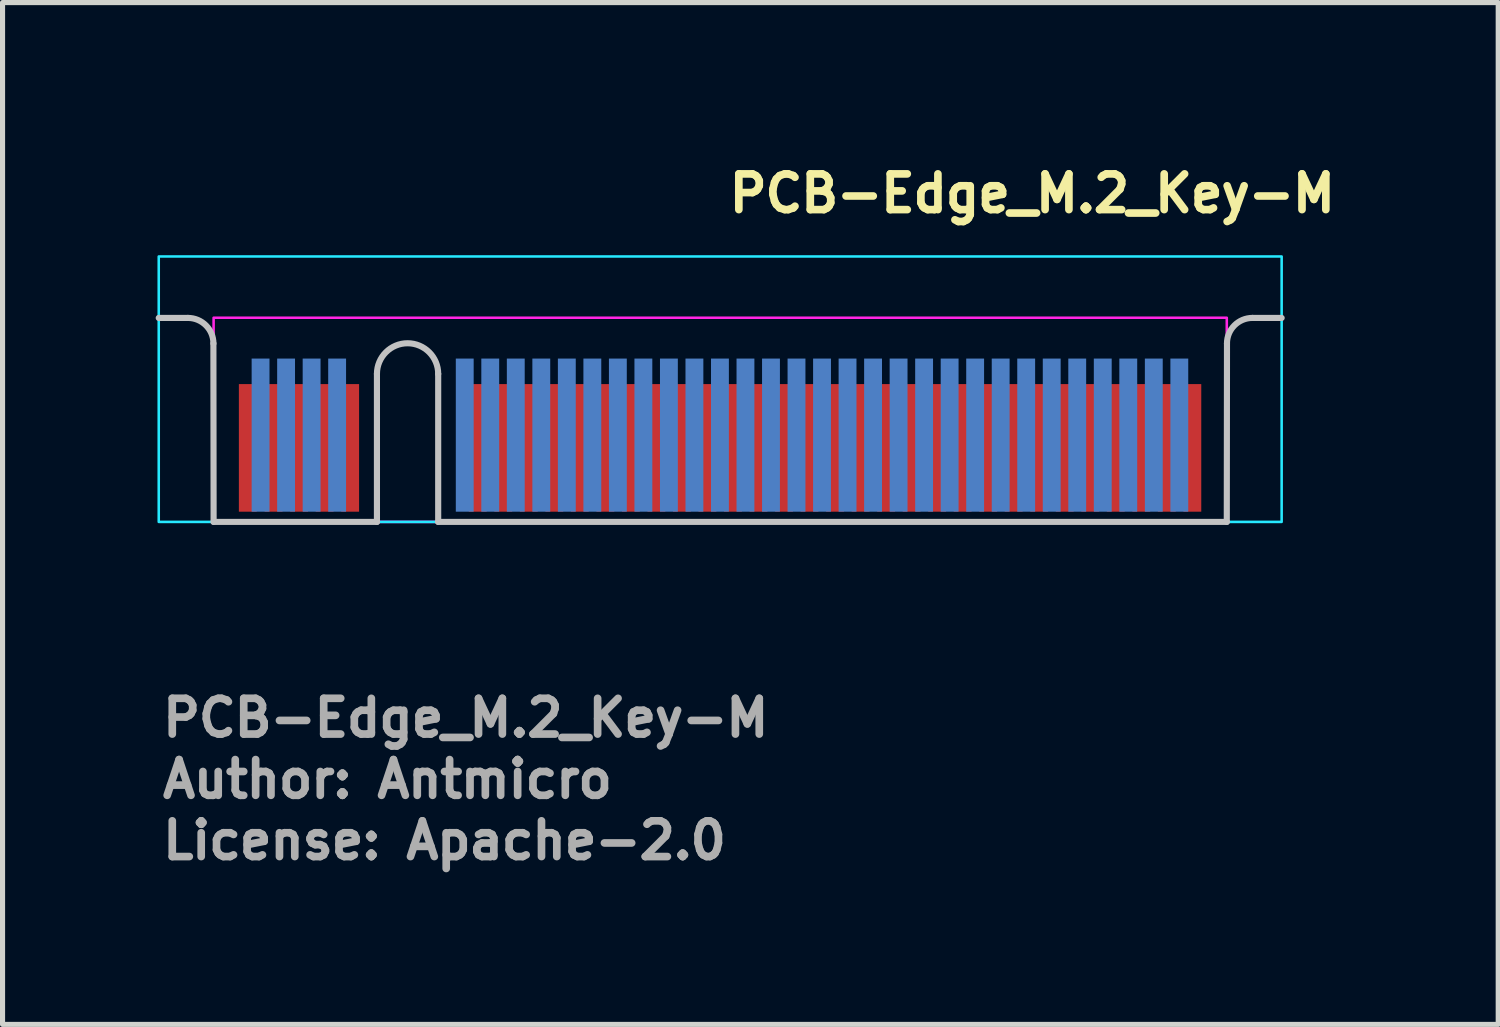
<source format=kicad_pcb>
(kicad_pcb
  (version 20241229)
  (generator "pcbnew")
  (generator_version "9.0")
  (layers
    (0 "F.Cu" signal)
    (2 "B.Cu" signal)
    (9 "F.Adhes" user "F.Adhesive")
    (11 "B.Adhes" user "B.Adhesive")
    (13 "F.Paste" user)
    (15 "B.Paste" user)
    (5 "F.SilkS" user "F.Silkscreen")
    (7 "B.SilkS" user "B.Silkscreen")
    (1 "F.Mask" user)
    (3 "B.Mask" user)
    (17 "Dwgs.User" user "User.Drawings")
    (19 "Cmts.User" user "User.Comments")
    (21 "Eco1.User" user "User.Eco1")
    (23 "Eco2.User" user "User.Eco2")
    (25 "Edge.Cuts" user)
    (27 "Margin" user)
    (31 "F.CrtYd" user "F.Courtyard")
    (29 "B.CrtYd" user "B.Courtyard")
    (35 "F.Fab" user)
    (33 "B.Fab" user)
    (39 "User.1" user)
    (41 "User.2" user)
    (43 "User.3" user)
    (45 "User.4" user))
  (footprint "PCB-Edge_M.2_Key-M"
    (layer "F.Cu")
    (at 11.21 7.175)
    (property "Reference" "PCB-Edge_M.2_Key-M" (at -0.05 -6.025 0) (layer "F.SilkS") (effects (font (size 0.7 0.7) (thickness 0.15)) (justify left bottom)))
    (attr exclude_from_pos_files exclude_from_bom)
    (fp_line (start -10.579 -3.996) (end -11.15 -3.996) (stroke (width 0.12) (type solid)) (layer "Dwgs.User"))
    (fp_line (start -10.075 0) (end -10.079 -3.496) (stroke (width 0.12) (type solid)) (layer "Dwgs.User"))
    (fp_line (start -6.875 0) (end -10.075 0) (stroke (width 0.12) (type solid)) (layer "Dwgs.User"))
    (fp_line (start -6.875 0) (end -6.875 -2.9) (stroke (width 0.12) (type solid)) (layer "Dwgs.User"))
    (fp_line (start -5.675 0) (end -5.675 -2.9) (stroke (width 0.12) (type solid)) (layer "Dwgs.User"))
    (fp_line (start -5.675 0) (end 9.775 0) (stroke (width 0.12) (type solid)) (layer "Dwgs.User"))
    (fp_line (start 9.775 0) (end 9.779 -3.496) (stroke (width 0.12) (type solid)) (layer "Dwgs.User"))
    (fp_line (start 10.279 -3.996) (end 10.85 -3.996) (stroke (width 0.12) (type solid)) (layer "Dwgs.User"))
    (fp_arc (start -10.578553 -3.996447) (mid -10.224999 -3.850001) (end -10.078553 -3.496447) (stroke (width 0.12) (type solid)) (layer "Dwgs.User"))
    (fp_arc (start -6.875 -2.9) (mid -6.275 -3.5) (end -5.675 -2.9) (stroke (width 0.12) (type solid)) (layer "Dwgs.User"))
    (fp_arc (start 9.778553 -3.496447) (mid 9.924999 -3.850001) (end 10.278553 -3.996447) (stroke (width 0.12) (type solid)) (layer "Dwgs.User"))
    (fp_rect (start -11.15 -5.2) (end 10.85 0) (stroke (width 0.05) (type solid)) (fill no) (layer "B.CrtYd"))
    (fp_rect (start -10.075 0) (end 9.775 -4) (stroke (width 0.05) (type solid)) (fill no) (layer "F.CrtYd"))
    (fp_text user "${REFERENCE}" (at -11.15 4.25 0) (layer "F.Fab") (effects (font (size 0.7 0.7) (thickness 0.15)) (justify left bottom)))
    (fp_text user "Author: Antmicro" (at -11.15 5.45 0) (layer "F.Fab") (effects (font (size 0.7 0.7) (thickness 0.15)) (justify left bottom)))
    (fp_text user "License: Apache-2.0" (at -11.15 6.65 0) (layer "F.Fab") (effects (font (size 0.7 0.7) (thickness 0.15)) (justify left bottom)))
    (pad "1" smd rect (at 9.1 -1.45) (size 0.35 2.5) (layers "F.Cu" "F.Mask"))
    (pad "2" smd rect (at 8.845 -1.7) (size 0.35 3) (layers "B.Cu" "B.Mask"))
    (pad "3" smd rect (at 8.6 -1.45) (size 0.35 2.5) (layers "F.Cu" "F.Mask"))
    (pad "4" smd rect (at 8.345 -1.7) (size 0.35 3) (layers "B.Cu" "B.Mask"))
    (pad "5" smd rect (at 8.1 -1.45) (size 0.35 2.5) (layers "F.Cu" "F.Mask"))
    (pad "6" smd rect (at 7.845 -1.7) (size 0.35 3) (layers "B.Cu" "B.Mask"))
    (pad "7" smd rect (at 7.6 -1.45) (size 0.35 2.5) (layers "F.Cu" "F.Mask"))
    (pad "8" smd rect (at 7.345 -1.7) (size 0.35 3) (layers "B.Cu" "B.Mask"))
    (pad "9" smd rect (at 7.1 -1.45) (size 0.35 2.5) (layers "F.Cu" "F.Mask"))
    (pad "10" smd rect (at 6.845 -1.7) (size 0.35 3) (layers "B.Cu" "B.Mask"))
    (pad "11" smd rect (at 6.6 -1.45) (size 0.35 2.5) (layers "F.Cu" "F.Mask"))
    (pad "12" smd rect (at 6.345 -1.7) (size 0.35 3) (layers "B.Cu" "B.Mask"))
    (pad "13" smd rect (at 6.1 -1.45) (size 0.35 2.5) (layers "F.Cu" "F.Mask"))
    (pad "14" smd rect (at 5.845 -1.7) (size 0.35 3) (layers "B.Cu" "B.Mask"))
    (pad "15" smd rect (at 5.6 -1.45) (size 0.35 2.5) (layers "F.Cu" "F.Mask"))
    (pad "16" smd rect (at 5.345 -1.7) (size 0.35 3) (layers "B.Cu" "B.Mask"))
    (pad "17" smd rect (at 5.1 -1.45) (size 0.35 2.5) (layers "F.Cu" "F.Mask"))
    (pad "18" smd rect (at 4.845 -1.7) (size 0.35 3) (layers "B.Cu" "B.Mask"))
    (pad "19" smd rect (at 4.6 -1.45) (size 0.35 2.5) (layers "F.Cu" "F.Mask"))
    (pad "20" smd rect (at 4.345 -1.7) (size 0.35 3) (layers "B.Cu" "B.Mask"))
    (pad "21" smd rect (at 4.1 -1.45) (size 0.35 2.5) (layers "F.Cu" "F.Mask"))
    (pad "22" smd rect (at 3.845 -1.7) (size 0.35 3) (layers "B.Cu" "B.Mask"))
    (pad "23" smd rect (at 3.6 -1.45) (size 0.35 2.5) (layers "F.Cu" "F.Mask"))
    (pad "24" smd rect (at 3.345 -1.7) (size 0.35 3) (layers "B.Cu" "B.Mask"))
    (pad "25" smd rect (at 3.1 -1.45) (size 0.35 2.5) (layers "F.Cu" "F.Mask"))
    (pad "26" smd rect (at 2.845 -1.7) (size 0.35 3) (layers "B.Cu" "B.Mask"))
    (pad "27" smd rect (at 2.6 -1.45) (size 0.35 2.5) (layers "F.Cu" "F.Mask"))
    (pad "28" smd rect (at 2.345 -1.7) (size 0.35 3) (layers "B.Cu" "B.Mask"))
    (pad "29" smd rect (at 2.1 -1.45) (size 0.35 2.5) (layers "F.Cu" "F.Mask"))
    (pad "30" smd rect (at 1.845 -1.7) (size 0.35 3) (layers "B.Cu" "B.Mask"))
    (pad "31" smd rect (at 1.6 -1.45) (size 0.35 2.5) (layers "F.Cu" "F.Mask"))
    (pad "32" smd rect (at 1.345 -1.7) (size 0.35 3) (layers "B.Cu" "B.Mask"))
    (pad "33" smd rect (at 1.1 -1.45) (size 0.35 2.5) (layers "F.Cu" "F.Mask"))
    (pad "34" smd rect (at 0.845 -1.7) (size 0.35 3) (layers "B.Cu" "B.Mask"))
    (pad "35" smd rect (at 0.6 -1.45) (size 0.35 2.5) (layers "F.Cu" "F.Mask"))
    (pad "36" smd rect (at 0.345 -1.7) (size 0.35 3) (layers "B.Cu" "B.Mask"))
    (pad "37" smd rect (at 0.1 -1.45) (size 0.35 2.5) (layers "F.Cu" "F.Mask"))
    (pad "38" smd rect (at -0.155 -1.7) (size 0.35 3) (layers "B.Cu" "B.Mask"))
    (pad "39" smd rect (at -0.4 -1.45) (size 0.35 2.5) (layers "F.Cu" "F.Mask"))
    (pad "40" smd rect (at -0.655 -1.7) (size 0.35 3) (layers "B.Cu" "B.Mask"))
    (pad "41" smd rect (at -0.9 -1.45) (size 0.35 2.5) (layers "F.Cu" "F.Mask"))
    (pad "42" smd rect (at -1.155 -1.7) (size 0.35 3) (layers "B.Cu" "B.Mask"))
    (pad "43" smd rect (at -1.4 -1.45) (size 0.35 2.5) (layers "F.Cu" "F.Mask"))
    (pad "44" smd rect (at -1.655 -1.7) (size 0.35 3) (layers "B.Cu" "B.Mask"))
    (pad "45" smd rect (at -1.9 -1.45) (size 0.35 2.5) (layers "F.Cu" "F.Mask"))
    (pad "46" smd rect (at -2.155 -1.7) (size 0.35 3) (layers "B.Cu" "B.Mask"))
    (pad "47" smd rect (at -2.4 -1.45) (size 0.35 2.5) (layers "F.Cu" "F.Mask"))
    (pad "48" smd rect (at -2.655 -1.7) (size 0.35 3) (layers "B.Cu" "B.Mask"))
    (pad "49" smd rect (at -2.9 -1.45) (size 0.35 2.5) (layers "F.Cu" "F.Mask"))
    (pad "50" smd rect (at -3.155 -1.7) (size 0.35 3) (layers "B.Cu" "B.Mask"))
    (pad "51" smd rect (at -3.4 -1.45) (size 0.35 2.5) (layers "F.Cu" "F.Mask"))
    (pad "52" smd rect (at -3.655 -1.7) (size 0.35 3) (layers "B.Cu" "B.Mask"))
    (pad "53" smd rect (at -3.9 -1.45) (size 0.35 2.5) (layers "F.Cu" "F.Mask"))
    (pad "54" smd rect (at -4.155 -1.7) (size 0.35 3) (layers "B.Cu" "B.Mask"))
    (pad "55" smd rect (at -4.4 -1.45) (size 0.35 2.5) (layers "F.Cu" "F.Mask"))
    (pad "56" smd rect (at -4.655 -1.7) (size 0.35 3) (layers "B.Cu" "B.Mask"))
    (pad "57" smd rect (at -4.9 -1.45) (size 0.35 2.5) (layers "F.Cu" "F.Mask"))
    (pad "58" smd rect (at -5.155 -1.7) (size 0.35 3) (layers "B.Cu" "B.Mask"))
    (pad "67" smd rect (at -7.4 -1.45) (size 0.35 2.5) (layers "F.Cu" "F.Mask"))
    (pad "68" smd rect (at -7.655 -1.7) (size 0.35 3) (layers "B.Cu" "B.Mask"))
    (pad "69" smd rect (at -7.9 -1.45) (size 0.35 2.5) (layers "F.Cu" "F.Mask"))
    (pad "70" smd rect (at -8.155 -1.7) (size 0.35 3) (layers "B.Cu" "B.Mask"))
    (pad "71" smd rect (at -8.4 -1.45) (size 0.35 2.5) (layers "F.Cu" "F.Mask"))
    (pad "72" smd rect (at -8.655 -1.7) (size 0.35 3) (layers "B.Cu" "B.Mask"))
    (pad "73" smd rect (at -8.9 -1.45) (size 0.35 2.5) (layers "F.Cu" "F.Mask"))
    (pad "74" smd rect (at -9.155 -1.7) (size 0.35 3) (layers "B.Cu" "B.Mask"))
    (pad "75" smd rect (at -9.405 -1.45) (size 0.35 2.5) (layers "F.Cu" "F.Mask")))
  (gr_rect
    (start -3 -3)
    (end 26.303 17.02)
    (stroke (width 0.1) (type default))
    (fill no)
    (layer "Edge.Cuts")))
</source>
